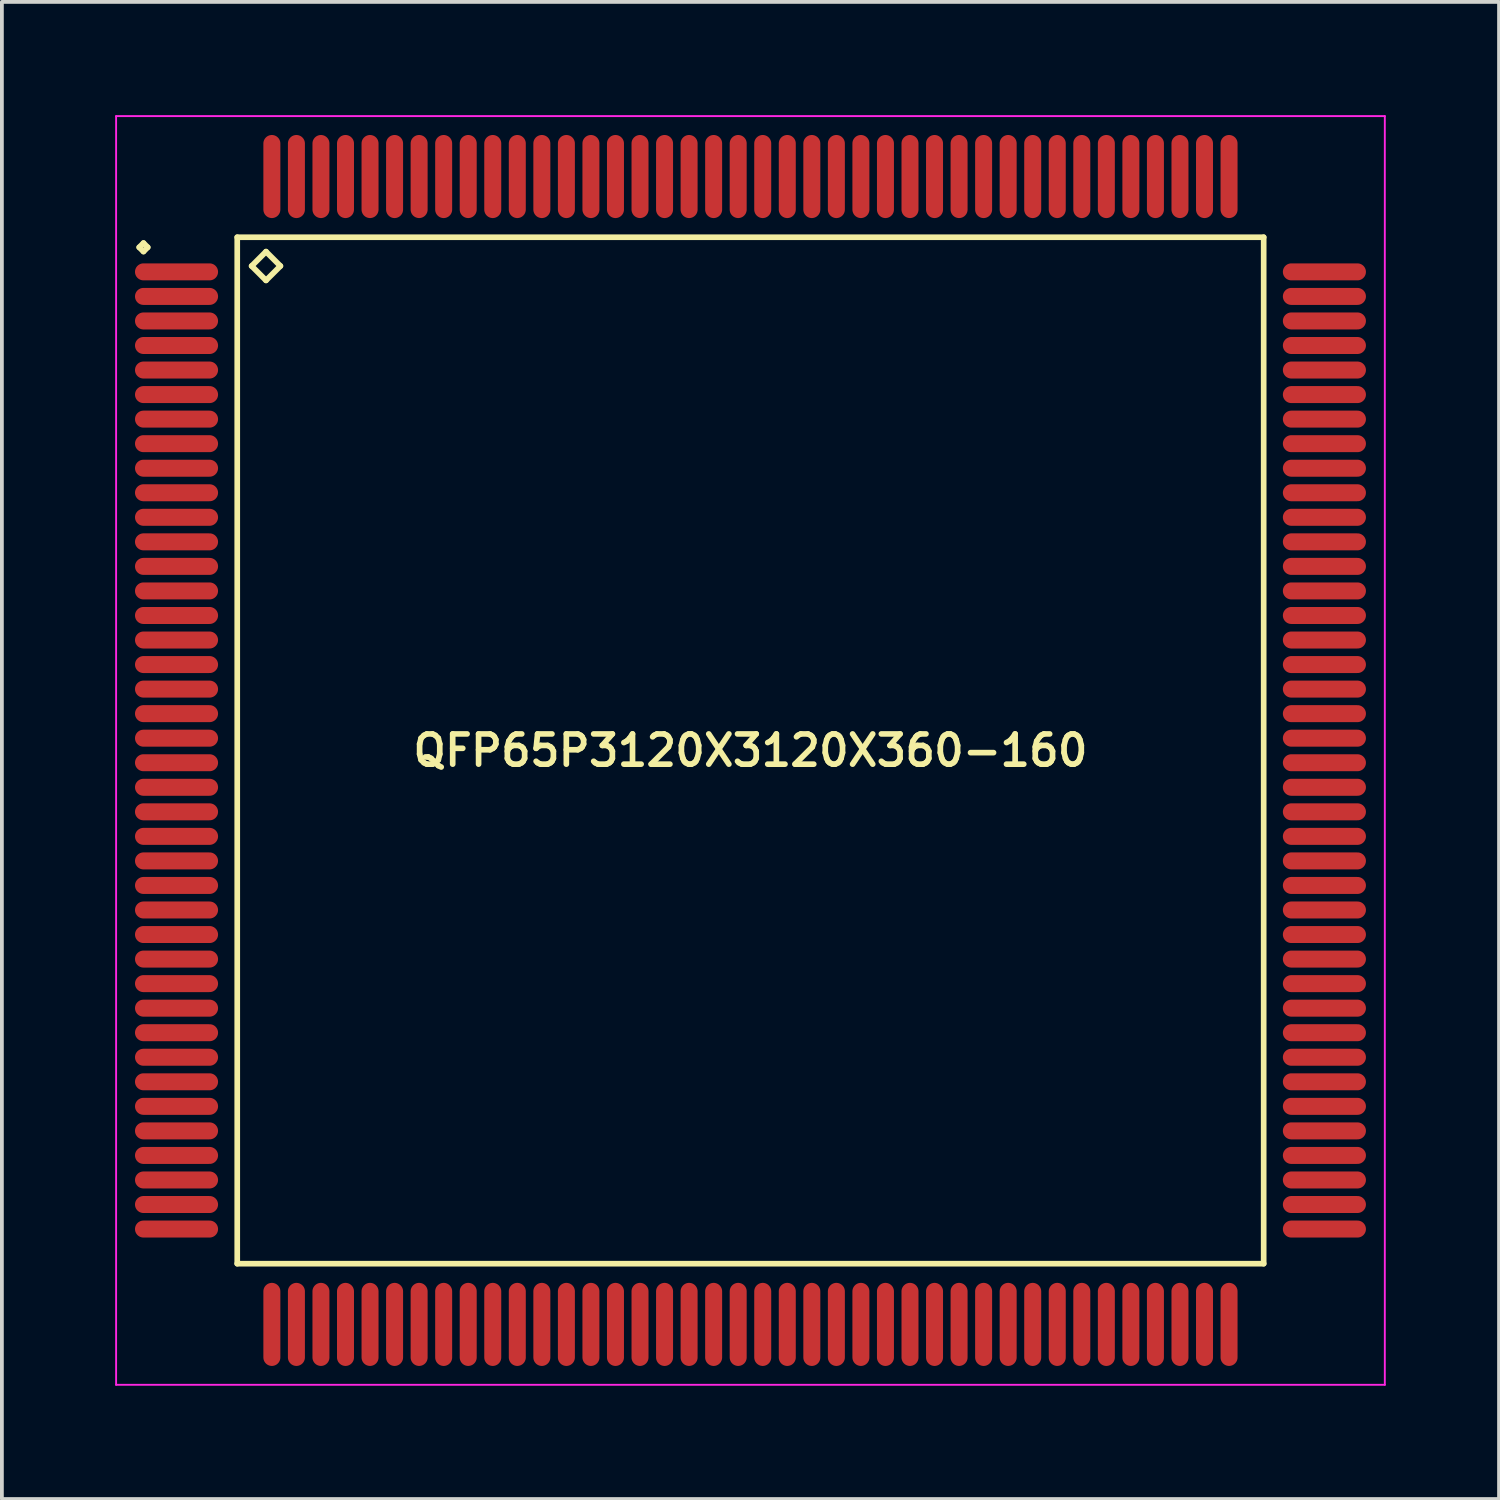
<source format=kicad_pcb>
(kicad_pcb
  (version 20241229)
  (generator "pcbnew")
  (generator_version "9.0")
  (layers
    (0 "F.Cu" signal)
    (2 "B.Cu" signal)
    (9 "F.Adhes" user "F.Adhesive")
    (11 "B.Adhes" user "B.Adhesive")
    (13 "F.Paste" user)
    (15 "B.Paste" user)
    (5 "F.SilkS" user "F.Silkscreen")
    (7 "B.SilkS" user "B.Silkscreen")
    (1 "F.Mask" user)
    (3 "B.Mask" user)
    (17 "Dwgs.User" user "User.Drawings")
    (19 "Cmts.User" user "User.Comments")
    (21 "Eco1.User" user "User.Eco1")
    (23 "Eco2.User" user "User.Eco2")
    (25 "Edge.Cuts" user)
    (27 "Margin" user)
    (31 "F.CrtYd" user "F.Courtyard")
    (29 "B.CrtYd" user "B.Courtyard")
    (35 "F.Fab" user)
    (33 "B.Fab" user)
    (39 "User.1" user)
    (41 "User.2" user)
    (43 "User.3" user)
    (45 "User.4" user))
  (footprint "QFP65P3120X3120X360-160"
    (layer "F.Cu")
    (at 16.825 16.825)
    (property "Reference" "QFP65P3120X3120X360-160" (at 0 0 0) (layer "F.SilkS") (effects (font (size 0.8 0.8) (thickness 0.15))))
    (attr smd)
    (fp_line (start -16.188 -13.325) (end -16.075 -13.438) (stroke (width 0.15) (type solid)) (layer "F.SilkS"))
    (fp_line (start -16.075 -13.438) (end -15.963 -13.325) (stroke (width 0.15) (type solid)) (layer "F.SilkS"))
    (fp_line (start -16.075 -13.213) (end -16.188 -13.325) (stroke (width 0.15) (type solid)) (layer "F.SilkS"))
    (fp_line (start -15.963 -13.325) (end -16.075 -13.213) (stroke (width 0.15) (type solid)) (layer "F.SilkS"))
    (fp_line (start -13.592 -13.592) (end -13.592 13.592) (stroke (width 0.15) (type solid)) (layer "F.SilkS"))
    (fp_line (start -13.592 13.592) (end 13.592 13.592) (stroke (width 0.15) (type solid)) (layer "F.SilkS"))
    (fp_line (start -13.211 -12.83) (end -12.83 -13.211) (stroke (width 0.15) (type solid)) (layer "F.SilkS"))
    (fp_line (start -12.83 -13.211) (end -12.449 -12.83) (stroke (width 0.15) (type solid)) (layer "F.SilkS"))
    (fp_line (start -12.83 -12.449) (end -13.211 -12.83) (stroke (width 0.15) (type solid)) (layer "F.SilkS"))
    (fp_line (start -12.449 -12.83) (end -12.83 -12.449) (stroke (width 0.15) (type solid)) (layer "F.SilkS"))
    (fp_line (start 13.592 -13.592) (end -13.592 -13.592) (stroke (width 0.15) (type solid)) (layer "F.SilkS"))
    (fp_line (start 13.592 13.592) (end 13.592 -13.592) (stroke (width 0.15) (type solid)) (layer "F.SilkS"))
    (fp_line (start -16.8 -16.8) (end 16.8 -16.8) (stroke (width 0.05) (type solid)) (layer "F.CrtYd"))
    (fp_line (start -16.8 16.8) (end -16.8 -16.8) (stroke (width 0.05) (type solid)) (layer "F.CrtYd"))
    (fp_line (start 16.8 -16.8) (end 16.8 16.8) (stroke (width 0.05) (type solid)) (layer "F.CrtYd"))
    (fp_line (start 16.8 16.8) (end -16.8 16.8) (stroke (width 0.05) (type solid)) (layer "F.CrtYd"))
    (pad "1" smd oval (at -15.2 -12.675) (size 2.2 0.45) (layers "F.Cu" "F.Mask" "F.Paste"))
    (pad "2" smd oval (at -15.2 -12.025) (size 2.2 0.45) (layers "F.Cu" "F.Mask" "F.Paste"))
    (pad "3" smd oval (at -15.2 -11.375) (size 2.2 0.45) (layers "F.Cu" "F.Mask" "F.Paste"))
    (pad "4" smd oval (at -15.2 -10.725) (size 2.2 0.45) (layers "F.Cu" "F.Mask" "F.Paste"))
    (pad "5" smd oval (at -15.2 -10.075) (size 2.2 0.45) (layers "F.Cu" "F.Mask" "F.Paste"))
    (pad "6" smd oval (at -15.2 -9.425) (size 2.2 0.45) (layers "F.Cu" "F.Mask" "F.Paste"))
    (pad "7" smd oval (at -15.2 -8.775) (size 2.2 0.45) (layers "F.Cu" "F.Mask" "F.Paste"))
    (pad "8" smd oval (at -15.2 -8.125) (size 2.2 0.45) (layers "F.Cu" "F.Mask" "F.Paste"))
    (pad "9" smd oval (at -15.2 -7.475) (size 2.2 0.45) (layers "F.Cu" "F.Mask" "F.Paste"))
    (pad "10" smd oval (at -15.2 -6.825) (size 2.2 0.45) (layers "F.Cu" "F.Mask" "F.Paste"))
    (pad "11" smd oval (at -15.2 -6.175) (size 2.2 0.45) (layers "F.Cu" "F.Mask" "F.Paste"))
    (pad "12" smd oval (at -15.2 -5.525) (size 2.2 0.45) (layers "F.Cu" "F.Mask" "F.Paste"))
    (pad "13" smd oval (at -15.2 -4.875) (size 2.2 0.45) (layers "F.Cu" "F.Mask" "F.Paste"))
    (pad "14" smd oval (at -15.2 -4.225) (size 2.2 0.45) (layers "F.Cu" "F.Mask" "F.Paste"))
    (pad "15" smd oval (at -15.2 -3.575) (size 2.2 0.45) (layers "F.Cu" "F.Mask" "F.Paste"))
    (pad "16" smd oval (at -15.2 -2.925) (size 2.2 0.45) (layers "F.Cu" "F.Mask" "F.Paste"))
    (pad "17" smd oval (at -15.2 -2.275) (size 2.2 0.45) (layers "F.Cu" "F.Mask" "F.Paste"))
    (pad "18" smd oval (at -15.2 -1.625) (size 2.2 0.45) (layers "F.Cu" "F.Mask" "F.Paste"))
    (pad "19" smd oval (at -15.2 -0.975) (size 2.2 0.45) (layers "F.Cu" "F.Mask" "F.Paste"))
    (pad "20" smd oval (at -15.2 -0.325) (size 2.2 0.45) (layers "F.Cu" "F.Mask" "F.Paste"))
    (pad "21" smd oval (at -15.2 0.325) (size 2.2 0.45) (layers "F.Cu" "F.Mask" "F.Paste"))
    (pad "22" smd oval (at -15.2 0.975) (size 2.2 0.45) (layers "F.Cu" "F.Mask" "F.Paste"))
    (pad "23" smd oval (at -15.2 1.625) (size 2.2 0.45) (layers "F.Cu" "F.Mask" "F.Paste"))
    (pad "24" smd oval (at -15.2 2.275) (size 2.2 0.45) (layers "F.Cu" "F.Mask" "F.Paste"))
    (pad "25" smd oval (at -15.2 2.925) (size 2.2 0.45) (layers "F.Cu" "F.Mask" "F.Paste"))
    (pad "26" smd oval (at -15.2 3.575) (size 2.2 0.45) (layers "F.Cu" "F.Mask" "F.Paste"))
    (pad "27" smd oval (at -15.2 4.225) (size 2.2 0.45) (layers "F.Cu" "F.Mask" "F.Paste"))
    (pad "28" smd oval (at -15.2 4.875) (size 2.2 0.45) (layers "F.Cu" "F.Mask" "F.Paste"))
    (pad "29" smd oval (at -15.2 5.525) (size 2.2 0.45) (layers "F.Cu" "F.Mask" "F.Paste"))
    (pad "30" smd oval (at -15.2 6.175) (size 2.2 0.45) (layers "F.Cu" "F.Mask" "F.Paste"))
    (pad "31" smd oval (at -15.2 6.825) (size 2.2 0.45) (layers "F.Cu" "F.Mask" "F.Paste"))
    (pad "32" smd oval (at -15.2 7.475) (size 2.2 0.45) (layers "F.Cu" "F.Mask" "F.Paste"))
    (pad "33" smd oval (at -15.2 8.125) (size 2.2 0.45) (layers "F.Cu" "F.Mask" "F.Paste"))
    (pad "34" smd oval (at -15.2 8.775) (size 2.2 0.45) (layers "F.Cu" "F.Mask" "F.Paste"))
    (pad "35" smd oval (at -15.2 9.425) (size 2.2 0.45) (layers "F.Cu" "F.Mask" "F.Paste"))
    (pad "36" smd oval (at -15.2 10.075) (size 2.2 0.45) (layers "F.Cu" "F.Mask" "F.Paste"))
    (pad "37" smd oval (at -15.2 10.725) (size 2.2 0.45) (layers "F.Cu" "F.Mask" "F.Paste"))
    (pad "38" smd oval (at -15.2 11.375) (size 2.2 0.45) (layers "F.Cu" "F.Mask" "F.Paste"))
    (pad "39" smd oval (at -15.2 12.025) (size 2.2 0.45) (layers "F.Cu" "F.Mask" "F.Paste"))
    (pad "40" smd oval (at -15.2 12.675) (size 2.2 0.45) (layers "F.Cu" "F.Mask" "F.Paste"))
    (pad "41" smd oval (at -12.675 15.2) (size 0.45 2.2) (layers "F.Cu" "F.Mask" "F.Paste"))
    (pad "42" smd oval (at -12.025 15.2) (size 0.45 2.2) (layers "F.Cu" "F.Mask" "F.Paste"))
    (pad "43" smd oval (at -11.375 15.2) (size 0.45 2.2) (layers "F.Cu" "F.Mask" "F.Paste"))
    (pad "44" smd oval (at -10.725 15.2) (size 0.45 2.2) (layers "F.Cu" "F.Mask" "F.Paste"))
    (pad "45" smd oval (at -10.075 15.2) (size 0.45 2.2) (layers "F.Cu" "F.Mask" "F.Paste"))
    (pad "46" smd oval (at -9.425 15.2) (size 0.45 2.2) (layers "F.Cu" "F.Mask" "F.Paste"))
    (pad "47" smd oval (at -8.775 15.2) (size 0.45 2.2) (layers "F.Cu" "F.Mask" "F.Paste"))
    (pad "48" smd oval (at -8.125 15.2) (size 0.45 2.2) (layers "F.Cu" "F.Mask" "F.Paste"))
    (pad "49" smd oval (at -7.475 15.2) (size 0.45 2.2) (layers "F.Cu" "F.Mask" "F.Paste"))
    (pad "50" smd oval (at -6.825 15.2) (size 0.45 2.2) (layers "F.Cu" "F.Mask" "F.Paste"))
    (pad "51" smd oval (at -6.175 15.2) (size 0.45 2.2) (layers "F.Cu" "F.Mask" "F.Paste"))
    (pad "52" smd oval (at -5.525 15.2) (size 0.45 2.2) (layers "F.Cu" "F.Mask" "F.Paste"))
    (pad "53" smd oval (at -4.875 15.2) (size 0.45 2.2) (layers "F.Cu" "F.Mask" "F.Paste"))
    (pad "54" smd oval (at -4.225 15.2) (size 0.45 2.2) (layers "F.Cu" "F.Mask" "F.Paste"))
    (pad "55" smd oval (at -3.575 15.2) (size 0.45 2.2) (layers "F.Cu" "F.Mask" "F.Paste"))
    (pad "56" smd oval (at -2.925 15.2) (size 0.45 2.2) (layers "F.Cu" "F.Mask" "F.Paste"))
    (pad "57" smd oval (at -2.275 15.2) (size 0.45 2.2) (layers "F.Cu" "F.Mask" "F.Paste"))
    (pad "58" smd oval (at -1.625 15.2) (size 0.45 2.2) (layers "F.Cu" "F.Mask" "F.Paste"))
    (pad "59" smd oval (at -0.975 15.2) (size 0.45 2.2) (layers "F.Cu" "F.Mask" "F.Paste"))
    (pad "60" smd oval (at -0.325 15.2) (size 0.45 2.2) (layers "F.Cu" "F.Mask" "F.Paste"))
    (pad "61" smd oval (at 0.325 15.2) (size 0.45 2.2) (layers "F.Cu" "F.Mask" "F.Paste"))
    (pad "62" smd oval (at 0.975 15.2) (size 0.45 2.2) (layers "F.Cu" "F.Mask" "F.Paste"))
    (pad "63" smd oval (at 1.625 15.2) (size 0.45 2.2) (layers "F.Cu" "F.Mask" "F.Paste"))
    (pad "64" smd oval (at 2.275 15.2) (size 0.45 2.2) (layers "F.Cu" "F.Mask" "F.Paste"))
    (pad "65" smd oval (at 2.925 15.2) (size 0.45 2.2) (layers "F.Cu" "F.Mask" "F.Paste"))
    (pad "66" smd oval (at 3.575 15.2) (size 0.45 2.2) (layers "F.Cu" "F.Mask" "F.Paste"))
    (pad "67" smd oval (at 4.225 15.2) (size 0.45 2.2) (layers "F.Cu" "F.Mask" "F.Paste"))
    (pad "68" smd oval (at 4.875 15.2) (size 0.45 2.2) (layers "F.Cu" "F.Mask" "F.Paste"))
    (pad "69" smd oval (at 5.525 15.2) (size 0.45 2.2) (layers "F.Cu" "F.Mask" "F.Paste"))
    (pad "70" smd oval (at 6.175 15.2) (size 0.45 2.2) (layers "F.Cu" "F.Mask" "F.Paste"))
    (pad "71" smd oval (at 6.825 15.2) (size 0.45 2.2) (layers "F.Cu" "F.Mask" "F.Paste"))
    (pad "72" smd oval (at 7.475 15.2) (size 0.45 2.2) (layers "F.Cu" "F.Mask" "F.Paste"))
    (pad "73" smd oval (at 8.125 15.2) (size 0.45 2.2) (layers "F.Cu" "F.Mask" "F.Paste"))
    (pad "74" smd oval (at 8.775 15.2) (size 0.45 2.2) (layers "F.Cu" "F.Mask" "F.Paste"))
    (pad "75" smd oval (at 9.425 15.2) (size 0.45 2.2) (layers "F.Cu" "F.Mask" "F.Paste"))
    (pad "76" smd oval (at 10.075 15.2) (size 0.45 2.2) (layers "F.Cu" "F.Mask" "F.Paste"))
    (pad "77" smd oval (at 10.725 15.2) (size 0.45 2.2) (layers "F.Cu" "F.Mask" "F.Paste"))
    (pad "78" smd oval (at 11.375 15.2) (size 0.45 2.2) (layers "F.Cu" "F.Mask" "F.Paste"))
    (pad "79" smd oval (at 12.025 15.2) (size 0.45 2.2) (layers "F.Cu" "F.Mask" "F.Paste"))
    (pad "80" smd oval (at 12.675 15.2) (size 0.45 2.2) (layers "F.Cu" "F.Mask" "F.Paste"))
    (pad "81" smd oval (at 15.2 12.675) (size 2.2 0.45) (layers "F.Cu" "F.Mask" "F.Paste"))
    (pad "82" smd oval (at 15.2 12.025) (size 2.2 0.45) (layers "F.Cu" "F.Mask" "F.Paste"))
    (pad "83" smd oval (at 15.2 11.375) (size 2.2 0.45) (layers "F.Cu" "F.Mask" "F.Paste"))
    (pad "84" smd oval (at 15.2 10.725) (size 2.2 0.45) (layers "F.Cu" "F.Mask" "F.Paste"))
    (pad "85" smd oval (at 15.2 10.075) (size 2.2 0.45) (layers "F.Cu" "F.Mask" "F.Paste"))
    (pad "86" smd oval (at 15.2 9.425) (size 2.2 0.45) (layers "F.Cu" "F.Mask" "F.Paste"))
    (pad "87" smd oval (at 15.2 8.775) (size 2.2 0.45) (layers "F.Cu" "F.Mask" "F.Paste"))
    (pad "88" smd oval (at 15.2 8.125) (size 2.2 0.45) (layers "F.Cu" "F.Mask" "F.Paste"))
    (pad "89" smd oval (at 15.2 7.475) (size 2.2 0.45) (layers "F.Cu" "F.Mask" "F.Paste"))
    (pad "90" smd oval (at 15.2 6.825) (size 2.2 0.45) (layers "F.Cu" "F.Mask" "F.Paste"))
    (pad "91" smd oval (at 15.2 6.175) (size 2.2 0.45) (layers "F.Cu" "F.Mask" "F.Paste"))
    (pad "92" smd oval (at 15.2 5.525) (size 2.2 0.45) (layers "F.Cu" "F.Mask" "F.Paste"))
    (pad "93" smd oval (at 15.2 4.875) (size 2.2 0.45) (layers "F.Cu" "F.Mask" "F.Paste"))
    (pad "94" smd oval (at 15.2 4.225) (size 2.2 0.45) (layers "F.Cu" "F.Mask" "F.Paste"))
    (pad "95" smd oval (at 15.2 3.575) (size 2.2 0.45) (layers "F.Cu" "F.Mask" "F.Paste"))
    (pad "96" smd oval (at 15.2 2.925) (size 2.2 0.45) (layers "F.Cu" "F.Mask" "F.Paste"))
    (pad "97" smd oval (at 15.2 2.275) (size 2.2 0.45) (layers "F.Cu" "F.Mask" "F.Paste"))
    (pad "98" smd oval (at 15.2 1.625) (size 2.2 0.45) (layers "F.Cu" "F.Mask" "F.Paste"))
    (pad "99" smd oval (at 15.2 0.975) (size 2.2 0.45) (layers "F.Cu" "F.Mask" "F.Paste"))
    (pad "100" smd oval (at 15.2 0.325) (size 2.2 0.45) (layers "F.Cu" "F.Mask" "F.Paste"))
    (pad "101" smd oval (at 15.2 -0.325) (size 2.2 0.45) (layers "F.Cu" "F.Mask" "F.Paste"))
    (pad "102" smd oval (at 15.2 -0.975) (size 2.2 0.45) (layers "F.Cu" "F.Mask" "F.Paste"))
    (pad "103" smd oval (at 15.2 -1.625) (size 2.2 0.45) (layers "F.Cu" "F.Mask" "F.Paste"))
    (pad "104" smd oval (at 15.2 -2.275) (size 2.2 0.45) (layers "F.Cu" "F.Mask" "F.Paste"))
    (pad "105" smd oval (at 15.2 -2.925) (size 2.2 0.45) (layers "F.Cu" "F.Mask" "F.Paste"))
    (pad "106" smd oval (at 15.2 -3.575) (size 2.2 0.45) (layers "F.Cu" "F.Mask" "F.Paste"))
    (pad "107" smd oval (at 15.2 -4.225) (size 2.2 0.45) (layers "F.Cu" "F.Mask" "F.Paste"))
    (pad "108" smd oval (at 15.2 -4.875) (size 2.2 0.45) (layers "F.Cu" "F.Mask" "F.Paste"))
    (pad "109" smd oval (at 15.2 -5.525) (size 2.2 0.45) (layers "F.Cu" "F.Mask" "F.Paste"))
    (pad "110" smd oval (at 15.2 -6.175) (size 2.2 0.45) (layers "F.Cu" "F.Mask" "F.Paste"))
    (pad "111" smd oval (at 15.2 -6.825) (size 2.2 0.45) (layers "F.Cu" "F.Mask" "F.Paste"))
    (pad "112" smd oval (at 15.2 -7.475) (size 2.2 0.45) (layers "F.Cu" "F.Mask" "F.Paste"))
    (pad "113" smd oval (at 15.2 -8.125) (size 2.2 0.45) (layers "F.Cu" "F.Mask" "F.Paste"))
    (pad "114" smd oval (at 15.2 -8.775) (size 2.2 0.45) (layers "F.Cu" "F.Mask" "F.Paste"))
    (pad "115" smd oval (at 15.2 -9.425) (size 2.2 0.45) (layers "F.Cu" "F.Mask" "F.Paste"))
    (pad "116" smd oval (at 15.2 -10.075) (size 2.2 0.45) (layers "F.Cu" "F.Mask" "F.Paste"))
    (pad "117" smd oval (at 15.2 -10.725) (size 2.2 0.45) (layers "F.Cu" "F.Mask" "F.Paste"))
    (pad "118" smd oval (at 15.2 -11.375) (size 2.2 0.45) (layers "F.Cu" "F.Mask" "F.Paste"))
    (pad "119" smd oval (at 15.2 -12.025) (size 2.2 0.45) (layers "F.Cu" "F.Mask" "F.Paste"))
    (pad "120" smd oval (at 15.2 -12.675) (size 2.2 0.45) (layers "F.Cu" "F.Mask" "F.Paste"))
    (pad "121" smd oval (at 12.675 -15.2) (size 0.45 2.2) (layers "F.Cu" "F.Mask" "F.Paste"))
    (pad "122" smd oval (at 12.025 -15.2) (size 0.45 2.2) (layers "F.Cu" "F.Mask" "F.Paste"))
    (pad "123" smd oval (at 11.375 -15.2) (size 0.45 2.2) (layers "F.Cu" "F.Mask" "F.Paste"))
    (pad "124" smd oval (at 10.725 -15.2) (size 0.45 2.2) (layers "F.Cu" "F.Mask" "F.Paste"))
    (pad "125" smd oval (at 10.075 -15.2) (size 0.45 2.2) (layers "F.Cu" "F.Mask" "F.Paste"))
    (pad "126" smd oval (at 9.425 -15.2) (size 0.45 2.2) (layers "F.Cu" "F.Mask" "F.Paste"))
    (pad "127" smd oval (at 8.775 -15.2) (size 0.45 2.2) (layers "F.Cu" "F.Mask" "F.Paste"))
    (pad "128" smd oval (at 8.125 -15.2) (size 0.45 2.2) (layers "F.Cu" "F.Mask" "F.Paste"))
    (pad "129" smd oval (at 7.475 -15.2) (size 0.45 2.2) (layers "F.Cu" "F.Mask" "F.Paste"))
    (pad "130" smd oval (at 6.825 -15.2) (size 0.45 2.2) (layers "F.Cu" "F.Mask" "F.Paste"))
    (pad "131" smd oval (at 6.175 -15.2) (size 0.45 2.2) (layers "F.Cu" "F.Mask" "F.Paste"))
    (pad "132" smd oval (at 5.525 -15.2) (size 0.45 2.2) (layers "F.Cu" "F.Mask" "F.Paste"))
    (pad "133" smd oval (at 4.875 -15.2) (size 0.45 2.2) (layers "F.Cu" "F.Mask" "F.Paste"))
    (pad "134" smd oval (at 4.225 -15.2) (size 0.45 2.2) (layers "F.Cu" "F.Mask" "F.Paste"))
    (pad "135" smd oval (at 3.575 -15.2) (size 0.45 2.2) (layers "F.Cu" "F.Mask" "F.Paste"))
    (pad "136" smd oval (at 2.925 -15.2) (size 0.45 2.2) (layers "F.Cu" "F.Mask" "F.Paste"))
    (pad "137" smd oval (at 2.275 -15.2) (size 0.45 2.2) (layers "F.Cu" "F.Mask" "F.Paste"))
    (pad "138" smd oval (at 1.625 -15.2) (size 0.45 2.2) (layers "F.Cu" "F.Mask" "F.Paste"))
    (pad "139" smd oval (at 0.975 -15.2) (size 0.45 2.2) (layers "F.Cu" "F.Mask" "F.Paste"))
    (pad "140" smd oval (at 0.325 -15.2) (size 0.45 2.2) (layers "F.Cu" "F.Mask" "F.Paste"))
    (pad "141" smd oval (at -0.325 -15.2) (size 0.45 2.2) (layers "F.Cu" "F.Mask" "F.Paste"))
    (pad "142" smd oval (at -0.975 -15.2) (size 0.45 2.2) (layers "F.Cu" "F.Mask" "F.Paste"))
    (pad "143" smd oval (at -1.625 -15.2) (size 0.45 2.2) (layers "F.Cu" "F.Mask" "F.Paste"))
    (pad "144" smd oval (at -2.275 -15.2) (size 0.45 2.2) (layers "F.Cu" "F.Mask" "F.Paste"))
    (pad "145" smd oval (at -2.925 -15.2) (size 0.45 2.2) (layers "F.Cu" "F.Mask" "F.Paste"))
    (pad "146" smd oval (at -3.575 -15.2) (size 0.45 2.2) (layers "F.Cu" "F.Mask" "F.Paste"))
    (pad "147" smd oval (at -4.225 -15.2) (size 0.45 2.2) (layers "F.Cu" "F.Mask" "F.Paste"))
    (pad "148" smd oval (at -4.875 -15.2) (size 0.45 2.2) (layers "F.Cu" "F.Mask" "F.Paste"))
    (pad "149" smd oval (at -5.525 -15.2) (size 0.45 2.2) (layers "F.Cu" "F.Mask" "F.Paste"))
    (pad "150" smd oval (at -6.175 -15.2) (size 0.45 2.2) (layers "F.Cu" "F.Mask" "F.Paste"))
    (pad "151" smd oval (at -6.825 -15.2) (size 0.45 2.2) (layers "F.Cu" "F.Mask" "F.Paste"))
    (pad "152" smd oval (at -7.475 -15.2) (size 0.45 2.2) (layers "F.Cu" "F.Mask" "F.Paste"))
    (pad "153" smd oval (at -8.125 -15.2) (size 0.45 2.2) (layers "F.Cu" "F.Mask" "F.Paste"))
    (pad "154" smd oval (at -8.775 -15.2) (size 0.45 2.2) (layers "F.Cu" "F.Mask" "F.Paste"))
    (pad "155" smd oval (at -9.425 -15.2) (size 0.45 2.2) (layers "F.Cu" "F.Mask" "F.Paste"))
    (pad "156" smd oval (at -10.075 -15.2) (size 0.45 2.2) (layers "F.Cu" "F.Mask" "F.Paste"))
    (pad "157" smd oval (at -10.725 -15.2) (size 0.45 2.2) (layers "F.Cu" "F.Mask" "F.Paste"))
    (pad "158" smd oval (at -11.375 -15.2) (size 0.45 2.2) (layers "F.Cu" "F.Mask" "F.Paste"))
    (pad "159" smd oval (at -12.025 -15.2) (size 0.45 2.2) (layers "F.Cu" "F.Mask" "F.Paste"))
    (pad "160" smd oval (at -12.675 -15.2) (size 0.45 2.2) (layers "F.Cu" "F.Mask" "F.Paste")))
  (gr_rect
    (start -3 -3)
    (end 36.65 36.65)
    (stroke (width 0.1) (type default))
    (fill no)
    (layer "Edge.Cuts")))
</source>
